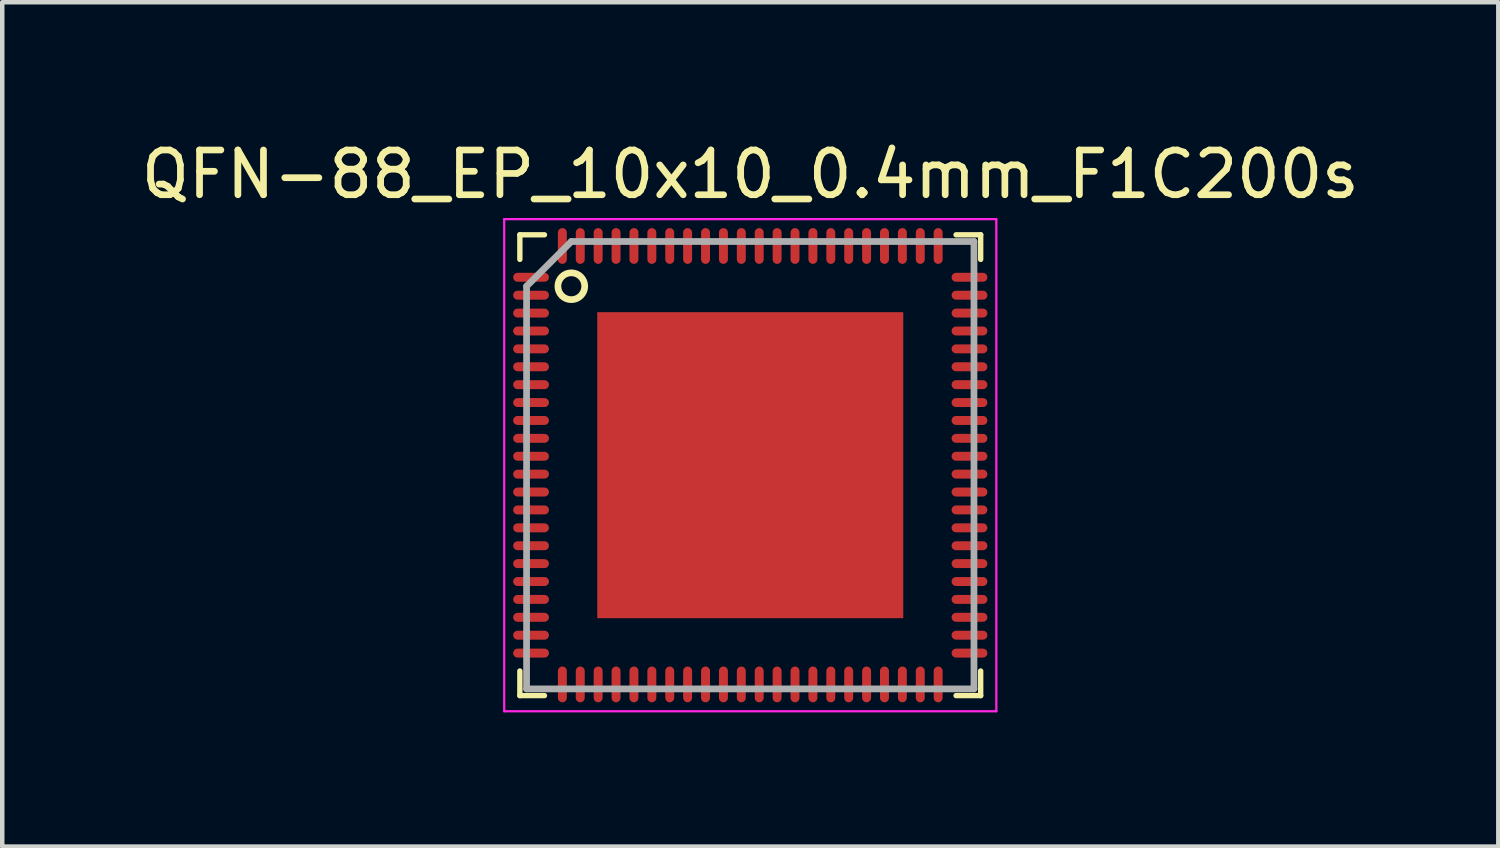
<source format=kicad_pcb>
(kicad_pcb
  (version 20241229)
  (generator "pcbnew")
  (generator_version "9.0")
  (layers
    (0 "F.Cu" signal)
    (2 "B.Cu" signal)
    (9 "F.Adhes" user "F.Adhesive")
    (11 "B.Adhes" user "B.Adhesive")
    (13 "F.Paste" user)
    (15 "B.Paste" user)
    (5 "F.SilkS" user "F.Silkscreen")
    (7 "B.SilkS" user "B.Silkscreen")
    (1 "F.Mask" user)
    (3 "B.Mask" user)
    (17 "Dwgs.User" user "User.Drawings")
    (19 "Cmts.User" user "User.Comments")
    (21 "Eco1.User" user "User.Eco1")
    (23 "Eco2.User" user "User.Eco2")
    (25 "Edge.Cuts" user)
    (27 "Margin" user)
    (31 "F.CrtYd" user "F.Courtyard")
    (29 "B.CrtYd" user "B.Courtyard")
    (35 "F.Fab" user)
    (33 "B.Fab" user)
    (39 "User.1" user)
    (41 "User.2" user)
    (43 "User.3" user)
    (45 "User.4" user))
  (footprint "QFN-88_EP_10x10_0.4mm_F1C200s"
    (layer "F.Cu")
    (at 13.72 7.348)
    (property "Reference" "QFN-88_EP_10x10_0.4mm_F1C200s" (at 0 -6.5 0) (layer "F.SilkS") (effects (font (size 1 1) (thickness 0.15))))
    (attr smd)
    (fp_line (start -5.15 -4.6) (end -5.15 -5.15) (stroke (width 0.12) (type solid)) (layer "F.SilkS"))
    (fp_line (start -5.15 5.15) (end -5.15 4.6) (stroke (width 0.12) (type solid)) (layer "F.SilkS"))
    (fp_line (start -4.6 -5.15) (end -5.15 -5.15) (stroke (width 0.12) (type solid)) (layer "F.SilkS"))
    (fp_line (start -4.6 5.15) (end -5.15 5.15) (stroke (width 0.12) (type solid)) (layer "F.SilkS"))
    (fp_line (start 4.6 -5.15) (end 5.15 -5.15) (stroke (width 0.12) (type solid)) (layer "F.SilkS"))
    (fp_line (start 4.6 5.15) (end 5.15 5.15) (stroke (width 0.12) (type solid)) (layer "F.SilkS"))
    (fp_line (start 5.15 -5.15) (end 5.15 -4.6) (stroke (width 0.12) (type solid)) (layer "F.SilkS"))
    (fp_line (start 5.15 5.15) (end 5.15 4.6) (stroke (width 0.12) (type solid)) (layer "F.SilkS"))
    (fp_circle (center -4 -4) (end -3.7 -4) (stroke (width 0.15) (type solid)) (fill no) (layer "F.SilkS"))
    (fp_line (start -5.5 -5.5) (end 5.5 -5.5) (stroke (width 0.05) (type solid)) (layer "F.CrtYd"))
    (fp_line (start -5.5 5.5) (end -5.5 -5.5) (stroke (width 0.05) (type solid)) (layer "F.CrtYd"))
    (fp_line (start 5.5 -5.5) (end 5.5 5.5) (stroke (width 0.05) (type solid)) (layer "F.CrtYd"))
    (fp_line (start 5.5 5.5) (end -5.5 5.5) (stroke (width 0.05) (type solid)) (layer "F.CrtYd"))
    (fp_line (start -5 -4) (end -5 5) (stroke (width 0.15) (type solid)) (layer "F.Fab"))
    (fp_line (start -5 5) (end 5 5) (stroke (width 0.15) (type solid)) (layer "F.Fab"))
    (fp_line (start -4 -5) (end -5 -4) (stroke (width 0.15) (type solid)) (layer "F.Fab"))
    (fp_line (start 5 -5) (end -4 -5) (stroke (width 0.15) (type solid)) (layer "F.Fab"))
    (fp_line (start 5 5) (end 5 -5) (stroke (width 0.15) (type solid)) (layer "F.Fab"))
    (pad "1" smd oval (at -4.9 -4.2 90) (size 0.2 0.8) (layers "F.Cu" "F.Mask" "F.Paste"))
    (pad "2" smd oval (at -4.9 -3.8 90) (size 0.2 0.8) (layers "F.Cu" "F.Mask" "F.Paste"))
    (pad "3" smd oval (at -4.9 -3.4 90) (size 0.2 0.8) (layers "F.Cu" "F.Mask" "F.Paste"))
    (pad "4" smd oval (at -4.9 -3 90) (size 0.2 0.8) (layers "F.Cu" "F.Mask" "F.Paste"))
    (pad "5" smd oval (at -4.9 -2.6 90) (size 0.2 0.8) (layers "F.Cu" "F.Mask" "F.Paste"))
    (pad "6" smd oval (at -4.9 -2.2 90) (size 0.2 0.8) (layers "F.Cu" "F.Mask" "F.Paste"))
    (pad "7" smd oval (at -4.9 -1.8 90) (size 0.2 0.8) (layers "F.Cu" "F.Mask" "F.Paste"))
    (pad "8" smd oval (at -4.9 -1.4 90) (size 0.2 0.8) (layers "F.Cu" "F.Mask" "F.Paste"))
    (pad "9" smd oval (at -4.9 -1 90) (size 0.2 0.8) (layers "F.Cu" "F.Mask" "F.Paste"))
    (pad "10" smd oval (at -4.9 -0.6 90) (size 0.2 0.8) (layers "F.Cu" "F.Mask" "F.Paste"))
    (pad "11" smd oval (at -4.9 -0.2 90) (size 0.2 0.8) (layers "F.Cu" "F.Mask" "F.Paste"))
    (pad "12" smd oval (at -4.9 0.2 90) (size 0.2 0.8) (layers "F.Cu" "F.Mask" "F.Paste"))
    (pad "13" smd oval (at -4.9 0.6 90) (size 0.2 0.8) (layers "F.Cu" "F.Mask" "F.Paste"))
    (pad "14" smd oval (at -4.9 1 90) (size 0.2 0.8) (layers "F.Cu" "F.Mask" "F.Paste"))
    (pad "15" smd oval (at -4.9 1.4 90) (size 0.2 0.8) (layers "F.Cu" "F.Mask" "F.Paste"))
    (pad "16" smd oval (at -4.9 1.8 90) (size 0.2 0.8) (layers "F.Cu" "F.Mask" "F.Paste"))
    (pad "17" smd oval (at -4.9 2.2 90) (size 0.2 0.8) (layers "F.Cu" "F.Mask" "F.Paste"))
    (pad "18" smd oval (at -4.9 2.6 90) (size 0.2 0.8) (layers "F.Cu" "F.Mask" "F.Paste"))
    (pad "19" smd oval (at -4.9 3 90) (size 0.2 0.8) (layers "F.Cu" "F.Mask" "F.Paste"))
    (pad "20" smd oval (at -4.9 3.4 90) (size 0.2 0.8) (layers "F.Cu" "F.Mask" "F.Paste"))
    (pad "21" smd oval (at -4.9 3.8 90) (size 0.2 0.8) (layers "F.Cu" "F.Mask" "F.Paste"))
    (pad "22" smd oval (at -4.9 4.2 90) (size 0.2 0.8) (layers "F.Cu" "F.Mask" "F.Paste"))
    (pad "23" smd oval (at -4.2 4.9) (size 0.2 0.8) (layers "F.Cu" "F.Mask" "F.Paste"))
    (pad "24" smd oval (at -3.8 4.9) (size 0.2 0.8) (layers "F.Cu" "F.Mask" "F.Paste"))
    (pad "25" smd oval (at -3.4 4.9) (size 0.2 0.8) (layers "F.Cu" "F.Mask" "F.Paste"))
    (pad "26" smd oval (at -3 4.9) (size 0.2 0.8) (layers "F.Cu" "F.Mask" "F.Paste"))
    (pad "27" smd oval (at -2.6 4.9) (size 0.2 0.8) (layers "F.Cu" "F.Mask" "F.Paste"))
    (pad "28" smd oval (at -2.2 4.9) (size 0.2 0.8) (layers "F.Cu" "F.Mask" "F.Paste"))
    (pad "29" smd oval (at -1.8 4.9) (size 0.2 0.8) (layers "F.Cu" "F.Mask" "F.Paste"))
    (pad "30" smd oval (at -1.4 4.9) (size 0.2 0.8) (layers "F.Cu" "F.Mask" "F.Paste"))
    (pad "31" smd oval (at -1 4.9) (size 0.2 0.8) (layers "F.Cu" "F.Mask" "F.Paste"))
    (pad "32" smd oval (at -0.6 4.9) (size 0.2 0.8) (layers "F.Cu" "F.Mask" "F.Paste"))
    (pad "33" smd oval (at -0.2 4.9) (size 0.2 0.8) (layers "F.Cu" "F.Mask" "F.Paste"))
    (pad "34" smd oval (at 0.2 4.9) (size 0.2 0.8) (layers "F.Cu" "F.Mask" "F.Paste"))
    (pad "35" smd oval (at 0.6 4.9) (size 0.2 0.8) (layers "F.Cu" "F.Mask" "F.Paste"))
    (pad "36" smd oval (at 1 4.9) (size 0.2 0.8) (layers "F.Cu" "F.Mask" "F.Paste"))
    (pad "37" smd oval (at 1.4 4.9) (size 0.2 0.8) (layers "F.Cu" "F.Mask" "F.Paste"))
    (pad "38" smd oval (at 1.8 4.9) (size 0.2 0.8) (layers "F.Cu" "F.Mask" "F.Paste"))
    (pad "39" smd oval (at 2.2 4.9) (size 0.2 0.8) (layers "F.Cu" "F.Mask" "F.Paste"))
    (pad "40" smd oval (at 2.6 4.9) (size 0.2 0.8) (layers "F.Cu" "F.Mask" "F.Paste"))
    (pad "41" smd oval (at 3 4.9) (size 0.2 0.8) (layers "F.Cu" "F.Mask" "F.Paste"))
    (pad "42" smd oval (at 3.4 4.9) (size 0.2 0.8) (layers "F.Cu" "F.Mask" "F.Paste"))
    (pad "43" smd oval (at 3.8 4.9) (size 0.2 0.8) (layers "F.Cu" "F.Mask" "F.Paste"))
    (pad "44" smd oval (at 4.2 4.9) (size 0.2 0.8) (layers "F.Cu" "F.Mask" "F.Paste"))
    (pad "45" smd oval (at 4.9 4.2 90) (size 0.2 0.8) (layers "F.Cu" "F.Mask" "F.Paste"))
    (pad "46" smd oval (at 4.9 3.8 90) (size 0.2 0.8) (layers "F.Cu" "F.Mask" "F.Paste"))
    (pad "47" smd oval (at 4.9 3.4 90) (size 0.2 0.8) (layers "F.Cu" "F.Mask" "F.Paste"))
    (pad "48" smd oval (at 4.9 3 90) (size 0.2 0.8) (layers "F.Cu" "F.Mask" "F.Paste"))
    (pad "49" smd oval (at 4.9 2.6 90) (size 0.2 0.8) (layers "F.Cu" "F.Mask" "F.Paste"))
    (pad "50" smd oval (at 4.9 2.2 90) (size 0.2 0.8) (layers "F.Cu" "F.Mask" "F.Paste"))
    (pad "51" smd oval (at 4.9 1.8 90) (size 0.2 0.8) (layers "F.Cu" "F.Mask" "F.Paste"))
    (pad "52" smd oval (at 4.9 1.4 90) (size 0.2 0.8) (layers "F.Cu" "F.Mask" "F.Paste"))
    (pad "53" smd oval (at 4.9 1 90) (size 0.2 0.8) (layers "F.Cu" "F.Mask" "F.Paste"))
    (pad "54" smd oval (at 4.9 0.6 90) (size 0.2 0.8) (layers "F.Cu" "F.Mask" "F.Paste"))
    (pad "55" smd oval (at 4.9 0.2 90) (size 0.2 0.8) (layers "F.Cu" "F.Mask" "F.Paste"))
    (pad "56" smd oval (at 4.9 -0.2 90) (size 0.2 0.8) (layers "F.Cu" "F.Mask" "F.Paste"))
    (pad "57" smd oval (at 4.9 -0.6 90) (size 0.2 0.8) (layers "F.Cu" "F.Mask" "F.Paste"))
    (pad "58" smd oval (at 4.9 -1 90) (size 0.2 0.8) (layers "F.Cu" "F.Mask" "F.Paste"))
    (pad "59" smd oval (at 4.9 -1.4 90) (size 0.2 0.8) (layers "F.Cu" "F.Mask" "F.Paste"))
    (pad "60" smd oval (at 4.9 -1.8 90) (size 0.2 0.8) (layers "F.Cu" "F.Mask" "F.Paste"))
    (pad "61" smd oval (at 4.9 -2.2 90) (size 0.2 0.8) (layers "F.Cu" "F.Mask" "F.Paste"))
    (pad "62" smd oval (at 4.9 -2.6 90) (size 0.2 0.8) (layers "F.Cu" "F.Mask" "F.Paste"))
    (pad "63" smd oval (at 4.9 -3 90) (size 0.2 0.8) (layers "F.Cu" "F.Mask" "F.Paste"))
    (pad "64" smd oval (at 4.9 -3.4 90) (size 0.2 0.8) (layers "F.Cu" "F.Mask" "F.Paste"))
    (pad "65" smd oval (at 4.9 -3.8 90) (size 0.2 0.8) (layers "F.Cu" "F.Mask" "F.Paste"))
    (pad "66" smd oval (at 4.9 -4.2 90) (size 0.2 0.8) (layers "F.Cu" "F.Mask" "F.Paste"))
    (pad "67" smd oval (at 4.2 -4.9) (size 0.2 0.8) (layers "F.Cu" "F.Mask" "F.Paste"))
    (pad "68" smd oval (at 3.8 -4.9) (size 0.2 0.8) (layers "F.Cu" "F.Mask" "F.Paste"))
    (pad "69" smd oval (at 3.4 -4.9) (size 0.2 0.8) (layers "F.Cu" "F.Mask" "F.Paste"))
    (pad "70" smd oval (at 3 -4.9) (size 0.2 0.8) (layers "F.Cu" "F.Mask" "F.Paste"))
    (pad "71" smd oval (at 2.6 -4.9) (size 0.2 0.8) (layers "F.Cu" "F.Mask" "F.Paste"))
    (pad "72" smd oval (at 2.2 -4.9) (size 0.2 0.8) (layers "F.Cu" "F.Mask" "F.Paste"))
    (pad "73" smd oval (at 1.8 -4.9) (size 0.2 0.8) (layers "F.Cu" "F.Mask" "F.Paste"))
    (pad "74" smd oval (at 1.4 -4.9) (size 0.2 0.8) (layers "F.Cu" "F.Mask" "F.Paste"))
    (pad "75" smd oval (at 1 -4.9) (size 0.2 0.8) (layers "F.Cu" "F.Mask" "F.Paste"))
    (pad "76" smd oval (at 0.6 -4.9) (size 0.2 0.8) (layers "F.Cu" "F.Mask" "F.Paste"))
    (pad "77" smd oval (at 0.2 -4.9) (size 0.2 0.8) (layers "F.Cu" "F.Mask" "F.Paste"))
    (pad "78" smd oval (at -0.2 -4.9) (size 0.2 0.8) (layers "F.Cu" "F.Mask" "F.Paste"))
    (pad "79" smd oval (at -0.6 -4.9) (size 0.2 0.8) (layers "F.Cu" "F.Mask" "F.Paste"))
    (pad "80" smd oval (at -1 -4.9) (size 0.2 0.8) (layers "F.Cu" "F.Mask" "F.Paste"))
    (pad "81" smd oval (at -1.4 -4.9) (size 0.2 0.8) (layers "F.Cu" "F.Mask" "F.Paste"))
    (pad "82" smd oval (at -1.8 -4.9) (size 0.2 0.8) (layers "F.Cu" "F.Mask" "F.Paste"))
    (pad "83" smd oval (at -2.2 -4.9) (size 0.2 0.8) (layers "F.Cu" "F.Mask" "F.Paste"))
    (pad "84" smd oval (at -2.6 -4.9) (size 0.2 0.8) (layers "F.Cu" "F.Mask" "F.Paste"))
    (pad "85" smd oval (at -3 -4.9) (size 0.2 0.8) (layers "F.Cu" "F.Mask" "F.Paste"))
    (pad "86" smd oval (at -3.4 -4.9) (size 0.2 0.8) (layers "F.Cu" "F.Mask" "F.Paste"))
    (pad "87" smd oval (at -3.8 -4.9) (size 0.2 0.8) (layers "F.Cu" "F.Mask" "F.Paste"))
    (pad "88" smd oval (at -4.2 -4.9) (size 0.2 0.8) (layers "F.Cu" "F.Mask" "F.Paste"))
    (pad "89" smd rect (at 0 0) (size 6.84 6.84) (layers "F.Cu" "F.Mask" "F.Paste")))
  (gr_rect
    (start -3 -3)
    (end 30.44 15.873)
    (stroke (width 0.1) (type default))
    (fill no)
    (layer "Edge.Cuts")))
</source>
